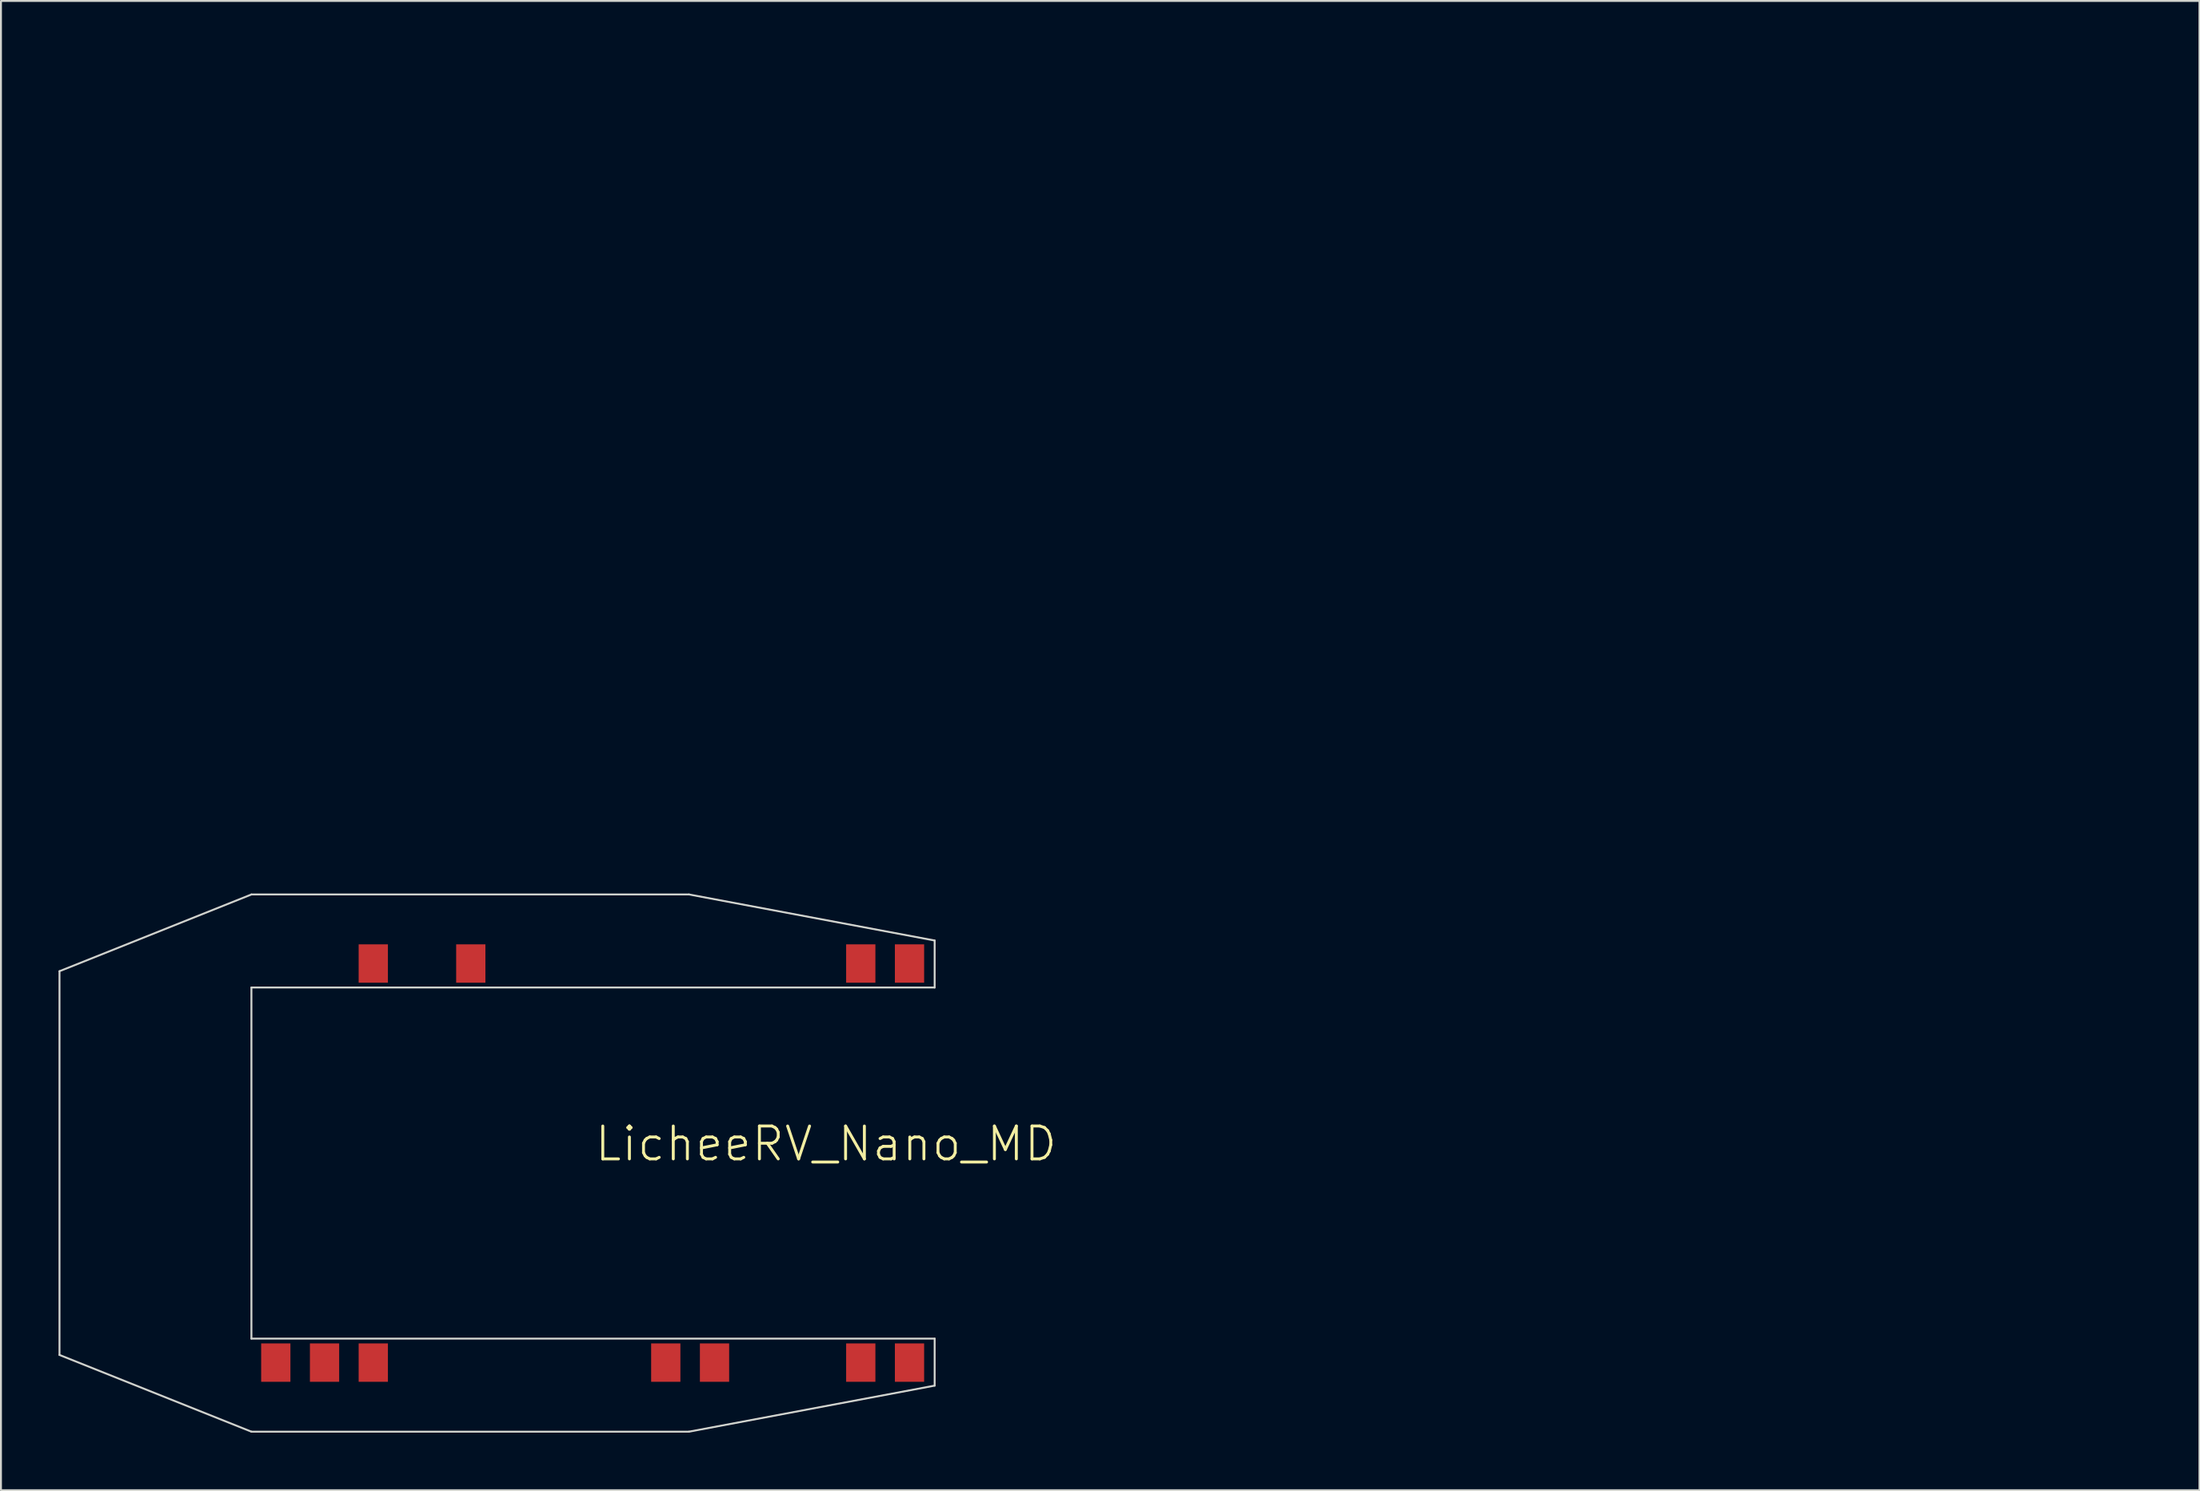
<source format=kicad_pcb>
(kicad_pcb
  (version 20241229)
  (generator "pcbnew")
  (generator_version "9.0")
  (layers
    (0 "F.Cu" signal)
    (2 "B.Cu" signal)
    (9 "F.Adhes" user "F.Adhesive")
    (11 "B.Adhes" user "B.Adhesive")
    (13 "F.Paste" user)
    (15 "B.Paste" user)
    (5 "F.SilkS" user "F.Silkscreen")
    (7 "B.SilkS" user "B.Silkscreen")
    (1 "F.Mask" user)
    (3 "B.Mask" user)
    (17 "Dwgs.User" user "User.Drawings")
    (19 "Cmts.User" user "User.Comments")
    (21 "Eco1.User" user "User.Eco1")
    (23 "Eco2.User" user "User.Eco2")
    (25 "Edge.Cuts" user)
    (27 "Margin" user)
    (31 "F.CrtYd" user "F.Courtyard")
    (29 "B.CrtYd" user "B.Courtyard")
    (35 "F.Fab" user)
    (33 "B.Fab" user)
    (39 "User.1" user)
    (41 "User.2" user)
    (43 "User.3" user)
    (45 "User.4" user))
  (footprint "LicheeRV_Nano_MD"
    (layer "F.Cu")
    (at 27.85 57.57)
    (property "Reference" "LicheeRV_Nano_MD" (at 0 0 0) (unlocked yes) (layer "F.SilkS") (effects (font (size 1.714 1.714) (thickness 0.152)) (justify left bottom)))
    (fp_line (start -27.8 -10) (end -27.8 10) (stroke (width 0.1) (type solid)) (layer "Edge.Cuts"))
    (fp_line (start -17.8 -14) (end -27.8 -10) (stroke (width 0.1) (type default)) (layer "Edge.Cuts"))
    (fp_line (start -17.8 -9.15) (end -17.8 9.15) (stroke (width 0.1) (type default)) (layer "Edge.Cuts"))
    (fp_line (start -17.8 -9.15) (end 17.8 -9.15) (stroke (width 0.1) (type solid)) (layer "Edge.Cuts"))
    (fp_line (start -17.8 9.15) (end 17.8 9.15) (stroke (width 0.1) (type solid)) (layer "Edge.Cuts"))
    (fp_line (start -17.8 14) (end -27.8 10) (stroke (width 0.1) (type default)) (layer "Edge.Cuts"))
    (fp_line (start 5 -14) (end -17.8 -14) (stroke (width 0.1) (type solid)) (layer "Edge.Cuts"))
    (fp_line (start 5 -14) (end 17.8 -11.6) (stroke (width 0.1) (type default)) (layer "Edge.Cuts"))
    (fp_line (start 5 14) (end -17.8 14) (stroke (width 0.1) (type solid)) (layer "Edge.Cuts"))
    (fp_line (start 5 14) (end 17.8 11.6) (stroke (width 0.1) (type default)) (layer "Edge.Cuts"))
    (fp_line (start 17.8 -11.6) (end 17.8 -9.15) (stroke (width 0.1) (type default)) (layer "Edge.Cuts"))
    (fp_line (start 17.8 9.15) (end 17.8 11.6) (stroke (width 0.1) (type default)) (layer "Edge.Cuts"))
    (fp_line (start -17.8 11.15) (end -17.8 -11.15) (stroke (width 0.1) (type solid)) (layer "User.7"))
    (fp_line (start -17.5 -11.45) (end 17.5 -11.45) (stroke (width 0.1) (type default)) (layer "User.7"))
    (fp_line (start -17.5 11.45) (end 17.5 11.45) (stroke (width 0.1) (type default)) (layer "User.7"))
    (fp_line (start 45.083 -35.285) (end 45.083 -56.875) (stroke (width 0.12) (type solid)) (layer "User.7"))
    (fp_line (start 45.718 -57.51) (end 80.008 -57.51) (stroke (width 0.12) (type solid)) (layer "User.7"))
    (fp_line (start 80.008 -34.65) (end 45.718 -34.65) (stroke (width 0.12) (type solid)) (layer "User.7"))
    (fp_line (start 80.643 -54.843) (end 80.643 -56.875) (stroke (width 0.12) (type solid)) (layer "User.7"))
    (fp_line (start 80.643 -54.843) (end 80.643 -37.317) (stroke (width 0.12) (type solid)) (layer "User.7"))
    (fp_line (start 80.643 -35.285) (end 80.643 -37.317) (stroke (width 0.12) (type solid)) (layer "User.7"))
    (fp_arc (start -17.8 -11.15) (mid -17.712132 -11.362132) (end -17.5 -11.45) (stroke (width 0.1) (type default)) (layer "User.7"))
    (fp_arc (start -17.5 11.45) (mid -17.712132 11.362132) (end -17.8 11.15) (stroke (width 0.1) (type default)) (layer "User.7"))
    (fp_arc (start 45.083081 -56.875012) (mid 45.269068 -57.324025) (end 45.718081 -57.510012) (stroke (width 0.12) (type solid)) (layer "User.7"))
    (fp_arc (start 45.718081 -34.650012) (mid 45.269068 -34.835999) (end 45.083081 -35.285012) (stroke (width 0.12) (type solid)) (layer "User.7"))
    (fp_arc (start 80.008081 -57.510012) (mid 80.457094 -57.324025) (end 80.643081 -56.875012) (stroke (width 0.12) (type solid)) (layer "User.7"))
    (fp_arc (start 80.643081 -35.285012) (mid 80.457094 -34.835999) (end 80.008081 -34.650012) (stroke (width 0.12) (type solid)) (layer "User.7"))
    (pad "1" smd rect (at -16.53 10.4) (size 1.524 2) (layers "F.Cu" "F.Mask" "F.Paste"))
    (pad "2" smd rect (at -13.99 10.4) (size 1.524 2) (layers "F.Cu" "F.Mask" "F.Paste"))
    (pad "3" smd rect (at -11.45 10.4) (size 1.524 2) (layers "F.Cu" "F.Mask" "F.Paste"))
    (pad "9" smd rect (at 3.79 10.4) (size 1.524 2) (layers "F.Cu" "F.Mask" "F.Paste"))
    (pad "10" smd rect (at 6.33 10.4) (size 1.524 2) (layers "F.Cu" "F.Mask" "F.Paste"))
    (pad "13" smd rect (at 13.95 10.4) (size 1.524 2) (layers "F.Cu" "F.Mask" "F.Paste"))
    (pad "14" smd rect (at 16.49 10.4) (size 1.524 2) (layers "F.Cu" "F.Mask" "F.Paste"))
    (pad "15" smd rect (at 16.49 -10.4) (size 1.524 2) (layers "F.Cu" "F.Mask" "F.Paste"))
    (pad "16" smd rect (at 13.95 -10.4) (size 1.524 2) (layers "F.Cu" "F.Mask" "F.Paste"))
    (pad "24" smd rect (at -6.37 -10.4) (size 1.524 2) (layers "F.Cu" "F.Mask" "F.Paste"))
    (pad "26" smd rect (at -11.45 -10.4) (size 1.524 2) (layers "F.Cu" "F.Mask" "F.Paste")))
  (gr_rect
    (start -3 -3)
    (end 111.553 74.62)
    (stroke (width 0.1) (type default))
    (fill no)
    (layer "Edge.Cuts")))
</source>
